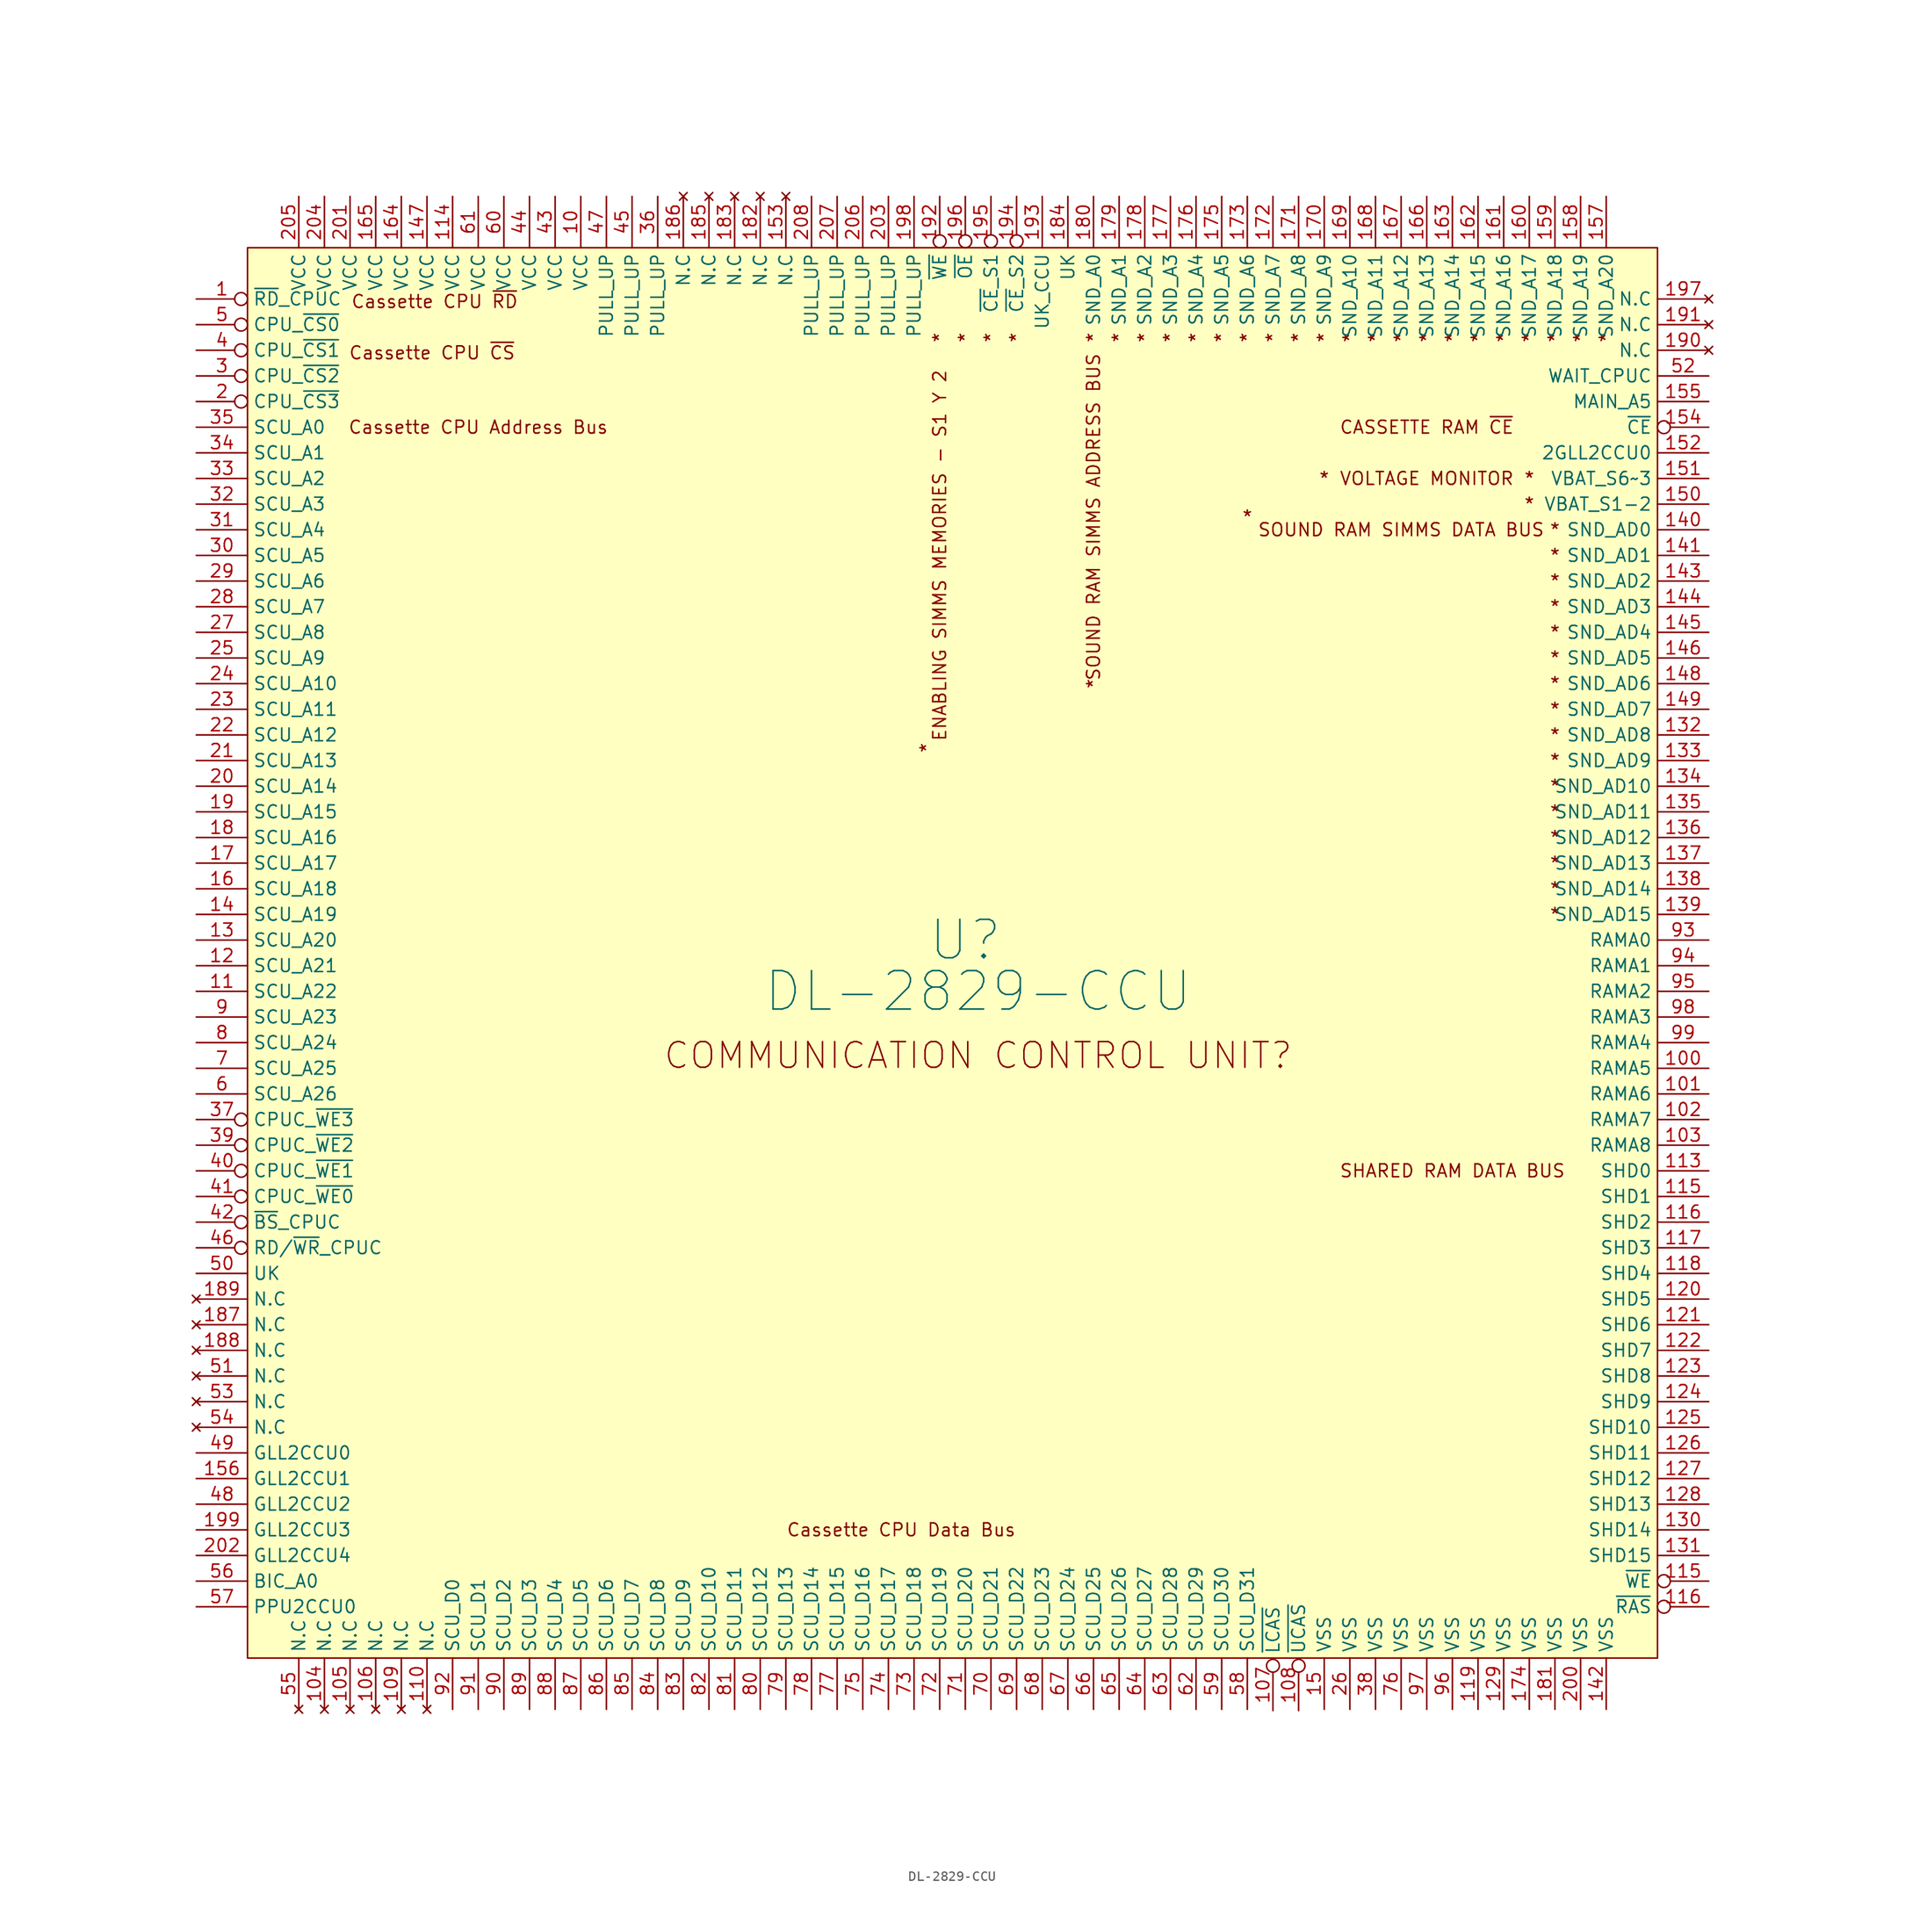
<source format=kicad_sym>
(kicad_symbol_lib
  (version 20211014)
  (generator kicad_symbol_editor)
  (symbol "DL-2829-CCU"
    (property "Reference" "U"
      (at -1.27 5.08 0)
      (effects (font (size 3.81 3.81))))
    (property "Value" "DL-2829-CCU"
      (at 0 0 0)
      (effects (font (size 3.81 3.81))))
    (symbol "DL-2829-CCU_0_0"
      (text "*" (at -5.08 24.13 900) (effects (font (size 1.27 1.27))))
      (text "*" (at -3.81 64.77 900) (effects (font (size 1.27 1.27))))
      (text "*" (at -1.27 64.77 900) (effects (font (size 1.27 1.27))))
      (text "*" (at 1.27 64.77 900) (effects (font (size 1.27 1.27))))
      (text "*" (at 3.81 64.77 900) (effects (font (size 1.27 1.27))))
      (text "*" (at 11.43 30.48 900) (effects (font (size 1.27 1.27))))
      (text "*" (at 11.43 64.77 900) (effects (font (size 1.27 1.27))))
      (text "*" (at 13.97 64.77 900) (effects (font (size 1.27 1.27))))
      (text "*" (at 16.51 64.77 900) (effects (font (size 1.27 1.27))))
      (text "*" (at 19.05 64.77 900) (effects (font (size 1.27 1.27))))
      (text "*" (at 21.59 64.77 900) (effects (font (size 1.27 1.27))))
      (text "*" (at 24.13 64.77 900) (effects (font (size 1.27 1.27))))
      (text "*" (at 26.67 46.99 0) (effects (font (size 1.27 1.27))))
      (text "*" (at 26.67 64.77 900) (effects (font (size 1.27 1.27))))
      (text "*" (at 29.21 64.77 900) (effects (font (size 1.27 1.27))))
      (text "*" (at 31.75 64.77 900) (effects (font (size 1.27 1.27))))
      (text "*" (at 34.29 50.8 0) (effects (font (size 1.27 1.27))))
      (text "*" (at 34.29 64.77 900) (effects (font (size 1.27 1.27))))
      (text "*" (at 36.83 64.77 900) (effects (font (size 1.27 1.27))))
      (text "*" (at 39.37 64.77 900) (effects (font (size 1.27 1.27))))
      (text "*" (at 41.91 64.77 900) (effects (font (size 1.27 1.27))))
      (text "*" (at 44.45 64.77 900) (effects (font (size 1.27 1.27))))
      (text "*" (at 46.99 64.77 900) (effects (font (size 1.27 1.27))))
      (text "*" (at 49.53 64.77 900) (effects (font (size 1.27 1.27))))
      (text "*" (at 52.07 64.77 900) (effects (font (size 1.27 1.27))))
      (text "*" (at 54.61 48.26 0) (effects (font (size 1.27 1.27))))
      (text "*" (at 54.61 50.8 0) (effects (font (size 1.27 1.27))))
      (text "*" (at 54.61 64.77 900) (effects (font (size 1.27 1.27))))
      (text "*" (at 57.15 7.62 0) (effects (font (size 1.27 1.27))))
      (text "*" (at 57.15 10.16 0) (effects (font (size 1.27 1.27))))
      (text "*" (at 57.15 12.7 0) (effects (font (size 1.27 1.27))))
      (text "*" (at 57.15 15.24 0) (effects (font (size 1.27 1.27))))
      (text "*" (at 57.15 17.78 0) (effects (font (size 1.27 1.27))))
      (text "*" (at 57.15 20.32 0) (effects (font (size 1.27 1.27))))
      (text "*" (at 57.15 22.86 0) (effects (font (size 1.27 1.27))))
      (text "*" (at 57.15 25.4 0) (effects (font (size 1.27 1.27))))
      (text "*" (at 57.15 27.94 0) (effects (font (size 1.27 1.27))))
      (text "*" (at 57.15 30.48 0) (effects (font (size 1.27 1.27))))
      (text "*" (at 57.15 33.02 0) (effects (font (size 1.27 1.27))))
      (text "*" (at 57.15 35.56 0) (effects (font (size 1.27 1.27))))
      (text "*" (at 57.15 38.1 0) (effects (font (size 1.27 1.27))))
      (text "*" (at 57.15 40.64 0) (effects (font (size 1.27 1.27))))
      (text "*" (at 57.15 43.18 0) (effects (font (size 1.27 1.27))))
      (text "*" (at 57.15 45.72 0) (effects (font (size 1.27 1.27))))
      (text "*" (at 57.15 64.77 900) (effects (font (size 1.27 1.27))))
      (text "*" (at 59.69 64.77 900) (effects (font (size 1.27 1.27))))
      (text "*" (at 62.23 64.77 900) (effects (font (size 1.27 1.27))))
      (text "Cassette CPU Address Bus" (at -49.53 55.88 0) (effects (font (size 1.27 1.27))))
      (text "Cassette CPU Data Bus" (at -7.62 -53.34 0) (effects (font (size 1.27 1.27))))
      (text "Cassette CPU ~{CS}" (at -54.102 63.246 0) (effects (font (size 1.27 1.27))))
      (text "Cassette CPU ~{RD}" (at -53.848 68.326 0) (effects (font (size 1.27 1.27))))
      (text "CASSETTE RAM ~{CE}" (at 44.45 55.88 0) (effects (font (size 1.27 1.27))))
      (text "COMMUNICATION CONTROL UNIT?" (at 0 -6.35 0) (effects (font (size 2.54 2.54))))
      (text "ENABLING SIMMS MEMORIES - S1 Y 2" (at -3.81 43.18 900) (effects (font (size 1.27 1.27))))
      (text "SHARED RAM DATA BUS" (at 46.99 -17.78 0) (effects (font (size 1.27 1.27))))
      (text "SOUND RAM SIMMS ADDRESS BUS" (at 11.43 46.99 900) (effects (font (size 1.27 1.27))))
      (text "SOUND RAM SIMMS DATA BUS" (at 41.91 45.72 0) (effects (font (size 1.27 1.27))))
      (text "VOLTAGE MONITOR" (at 44.45 50.8 0) (effects (font (size 1.27 1.27)))))
    (symbol "DL-2829-CCU_0_1"
      (rectangle (start -72.39 73.66) (end 67.31 -66.04) (stroke (width 0) (type default) (color 0 0 0 0)) (fill (type background))))
    (symbol "DL-2829-CCU_1_1"
      (pin input inverted (at -77.47 68.58 0) (length 5.08) (name "~{RD}_CPUC" (effects (font (size 1.27 1.27)))) (number "1" (effects (font (size 1.27 1.27)))))
      (pin power_in line (at -39.37 78.74 270) (length 5.08) (name "VCC" (effects (font (size 1.27 1.27)))) (number "10" (effects (font (size 1.27 1.27)))))
      (pin output line (at 72.39 -7.62 180) (length 5.08) (name "RAMA5" (effects (font (size 1.27 1.27)))) (number "100" (effects (font (size 1.27 1.27)))))
      (pin output line (at 72.39 -10.16 180) (length 5.08) (name "RAMA6" (effects (font (size 1.27 1.27)))) (number "101" (effects (font (size 1.27 1.27)))))
      (pin output line (at 72.39 -12.7 180) (length 5.08) (name "RAMA7" (effects (font (size 1.27 1.27)))) (number "102" (effects (font (size 1.27 1.27)))))
      (pin output line (at 72.39 -15.24 180) (length 5.08) (name "RAMA8" (effects (font (size 1.27 1.27)))) (number "103" (effects (font (size 1.27 1.27)))))
      (pin no_connect line (at -64.77 -71.12 90) (length 5.08) (name "N.C" (effects (font (size 1.27 1.27)))) (number "104" (effects (font (size 1.27 1.27)))))
      (pin no_connect line (at -62.23 -71.12 90) (length 5.08) (name "N.C" (effects (font (size 1.27 1.27)))) (number "105" (effects (font (size 1.27 1.27)))))
      (pin no_connect line (at -59.69 -71.12 90) (length 5.08) (name "N.C" (effects (font (size 1.27 1.27)))) (number "106" (effects (font (size 1.27 1.27)))))
      (pin output inverted (at 29.21 -71.247 90) (length 5.08) (name "~{LCAS}" (effects (font (size 1.27 1.27)))) (number "107" (effects (font (size 1.27 1.27)))))
      (pin output inverted (at 31.75 -71.247 90) (length 5.08) (name "~{UCAS}" (effects (font (size 1.27 1.27)))) (number "108" (effects (font (size 1.27 1.27)))))
      (pin no_connect line (at -57.15 -71.12 90) (length 5.08) (name "N.C" (effects (font (size 1.27 1.27)))) (number "109" (effects (font (size 1.27 1.27)))))
      (pin tri_state line (at -77.47 0 0) (length 5.08) (name "SCU_A22" (effects (font (size 1.27 1.27)))) (number "11" (effects (font (size 1.27 1.27)))))
      (pin no_connect line (at -54.61 -71.12 90) (length 5.08) (name "N.C" (effects (font (size 1.27 1.27)))) (number "110" (effects (font (size 1.27 1.27)))))
      (pin bidirectional line (at 72.39 -17.78 180) (length 5.08) (name "SHD0" (effects (font (size 1.27 1.27)))) (number "113" (effects (font (size 1.27 1.27)))))
      (pin power_in line (at -52.07 78.74 270) (length 5.08) (name "VCC" (effects (font (size 1.27 1.27)))) (number "114" (effects (font (size 1.27 1.27)))))
      (pin bidirectional line (at 72.39 -20.32 180) (length 5.08) (name "SHD1" (effects (font (size 1.27 1.27)))) (number "115" (effects (font (size 1.27 1.27)))))
      (pin output inverted (at 72.39 -58.42 180) (length 5.08) (name "~{WE}" (effects (font (size 1.27 1.27)))) (number "115" (effects (font (size 1.27 1.27)))))
      (pin bidirectional line (at 72.39 -22.86 180) (length 5.08) (name "SHD2" (effects (font (size 1.27 1.27)))) (number "116" (effects (font (size 1.27 1.27)))))
      (pin output inverted (at 72.39 -60.96 180) (length 5.08) (name "~{RAS}" (effects (font (size 1.27 1.27)))) (number "116" (effects (font (size 1.27 1.27)))))
      (pin bidirectional line (at 72.39 -25.4 180) (length 5.08) (name "SHD3" (effects (font (size 1.27 1.27)))) (number "117" (effects (font (size 1.27 1.27)))))
      (pin bidirectional line (at 72.39 -27.94 180) (length 5.08) (name "SHD4" (effects (font (size 1.27 1.27)))) (number "118" (effects (font (size 1.27 1.27)))))
      (pin power_in line (at 49.53 -71.12 90) (length 5.08) (name "VSS" (effects (font (size 1.27 1.27)))) (number "119" (effects (font (size 1.27 1.27)))))
      (pin tri_state line (at -77.47 2.54 0) (length 5.08) (name "SCU_A21" (effects (font (size 1.27 1.27)))) (number "12" (effects (font (size 1.27 1.27)))))
      (pin bidirectional line (at 72.39 -30.48 180) (length 5.08) (name "SHD5" (effects (font (size 1.27 1.27)))) (number "120" (effects (font (size 1.27 1.27)))))
      (pin bidirectional line (at 72.39 -33.02 180) (length 5.08) (name "SHD6" (effects (font (size 1.27 1.27)))) (number "121" (effects (font (size 1.27 1.27)))))
      (pin bidirectional line (at 72.39 -35.56 180) (length 5.08) (name "SHD7" (effects (font (size 1.27 1.27)))) (number "122" (effects (font (size 1.27 1.27)))))
      (pin bidirectional line (at 72.39 -38.1 180) (length 5.08) (name "SHD8" (effects (font (size 1.27 1.27)))) (number "123" (effects (font (size 1.27 1.27)))))
      (pin bidirectional line (at 72.39 -40.64 180) (length 5.08) (name "SHD9" (effects (font (size 1.27 1.27)))) (number "124" (effects (font (size 1.27 1.27)))))
      (pin bidirectional line (at 72.39 -43.18 180) (length 5.08) (name "SHD10" (effects (font (size 1.27 1.27)))) (number "125" (effects (font (size 1.27 1.27)))))
      (pin bidirectional line (at 72.39 -45.72 180) (length 5.08) (name "SHD11" (effects (font (size 1.27 1.27)))) (number "126" (effects (font (size 1.27 1.27)))))
      (pin bidirectional line (at 72.39 -48.26 180) (length 5.08) (name "SHD12" (effects (font (size 1.27 1.27)))) (number "127" (effects (font (size 1.27 1.27)))))
      (pin bidirectional line (at 72.39 -50.8 180) (length 5.08) (name "SHD13" (effects (font (size 1.27 1.27)))) (number "128" (effects (font (size 1.27 1.27)))))
      (pin power_in line (at 52.07 -71.12 90) (length 5.08) (name "VSS" (effects (font (size 1.27 1.27)))) (number "129" (effects (font (size 1.27 1.27)))))
      (pin tri_state line (at -77.47 5.08 0) (length 5.08) (name "SCU_A20" (effects (font (size 1.27 1.27)))) (number "13" (effects (font (size 1.27 1.27)))))
      (pin bidirectional line (at 72.39 -53.34 180) (length 5.08) (name "SHD14" (effects (font (size 1.27 1.27)))) (number "130" (effects (font (size 1.27 1.27)))))
      (pin bidirectional line (at 72.39 -55.88 180) (length 5.08) (name "SHD15" (effects (font (size 1.27 1.27)))) (number "131" (effects (font (size 1.27 1.27)))))
      (pin bidirectional line (at 72.39 25.4 180) (length 5.08) (name "SND_AD8" (effects (font (size 1.27 1.27)))) (number "132" (effects (font (size 1.27 1.27)))))
      (pin bidirectional line (at 72.39 22.86 180) (length 5.08) (name "SND_AD9" (effects (font (size 1.27 1.27)))) (number "133" (effects (font (size 1.27 1.27)))))
      (pin bidirectional line (at 72.39 20.32 180) (length 5.08) (name "SND_AD10" (effects (font (size 1.27 1.27)))) (number "134" (effects (font (size 1.27 1.27)))))
      (pin bidirectional line (at 72.39 17.78 180) (length 5.08) (name "SND_AD11" (effects (font (size 1.27 1.27)))) (number "135" (effects (font (size 1.27 1.27)))))
      (pin bidirectional line (at 72.39 15.24 180) (length 5.08) (name "SND_AD12" (effects (font (size 1.27 1.27)))) (number "136" (effects (font (size 1.27 1.27)))))
      (pin bidirectional line (at 72.39 12.7 180) (length 5.08) (name "SND_AD13" (effects (font (size 1.27 1.27)))) (number "137" (effects (font (size 1.27 1.27)))))
      (pin bidirectional line (at 72.39 10.16 180) (length 5.08) (name "SND_AD14" (effects (font (size 1.27 1.27)))) (number "138" (effects (font (size 1.27 1.27)))))
      (pin bidirectional line (at 72.39 7.62 180) (length 5.08) (name "SND_AD15" (effects (font (size 1.27 1.27)))) (number "139" (effects (font (size 1.27 1.27)))))
      (pin tri_state line (at -77.47 7.62 0) (length 5.08) (name "SCU_A19" (effects (font (size 1.27 1.27)))) (number "14" (effects (font (size 1.27 1.27)))))
      (pin bidirectional line (at 72.39 45.72 180) (length 5.08) (name "SND_AD0" (effects (font (size 1.27 1.27)))) (number "140" (effects (font (size 1.27 1.27)))))
      (pin bidirectional line (at 72.39 43.18 180) (length 5.08) (name "SND_AD1" (effects (font (size 1.27 1.27)))) (number "141" (effects (font (size 1.27 1.27)))))
      (pin power_in line (at 62.23 -71.12 90) (length 5.08) (name "VSS" (effects (font (size 1.27 1.27)))) (number "142" (effects (font (size 1.27 1.27)))))
      (pin bidirectional line (at 72.39 40.64 180) (length 5.08) (name "SND_AD2" (effects (font (size 1.27 1.27)))) (number "143" (effects (font (size 1.27 1.27)))))
      (pin bidirectional line (at 72.39 38.1 180) (length 5.08) (name "SND_AD3" (effects (font (size 1.27 1.27)))) (number "144" (effects (font (size 1.27 1.27)))))
      (pin bidirectional line (at 72.39 35.56 180) (length 5.08) (name "SND_AD4" (effects (font (size 1.27 1.27)))) (number "145" (effects (font (size 1.27 1.27)))))
      (pin bidirectional line (at 72.39 33.02 180) (length 5.08) (name "SND_AD5" (effects (font (size 1.27 1.27)))) (number "146" (effects (font (size 1.27 1.27)))))
      (pin power_in line (at -54.61 78.74 270) (length 5.08) (name "VCC" (effects (font (size 1.27 1.27)))) (number "147" (effects (font (size 1.27 1.27)))))
      (pin bidirectional line (at 72.39 30.48 180) (length 5.08) (name "SND_AD6" (effects (font (size 1.27 1.27)))) (number "148" (effects (font (size 1.27 1.27)))))
      (pin bidirectional line (at 72.39 27.94 180) (length 5.08) (name "SND_AD7" (effects (font (size 1.27 1.27)))) (number "149" (effects (font (size 1.27 1.27)))))
      (pin power_in line (at 34.29 -71.12 90) (length 5.08) (name "VSS" (effects (font (size 1.27 1.27)))) (number "15" (effects (font (size 1.27 1.27)))))
      (pin bidirectional line (at 72.39 48.26 180) (length 5.08) (name "VBAT_S1-2" (effects (font (size 1.27 1.27)))) (number "150" (effects (font (size 1.27 1.27)))))
      (pin output line (at 72.39 50.8 180) (length 5.08) (name "VBAT_S6~3" (effects (font (size 1.27 1.27)))) (number "151" (effects (font (size 1.27 1.27)))))
      (pin bidirectional line (at 72.39 53.34 180) (length 5.08) (name "2GLL2CCU0" (effects (font (size 1.27 1.27)))) (number "152" (effects (font (size 1.27 1.27)))))
      (pin no_connect line (at -19.05 78.74 270) (length 5.08) (name "N.C" (effects (font (size 1.27 1.27)))) (number "153" (effects (font (size 1.27 1.27)))))
      (pin output inverted (at 72.39 55.88 180) (length 5.08) (name "~{CE}" (effects (font (size 1.27 1.27)))) (number "154" (effects (font (size 1.27 1.27)))))
      (pin bidirectional line (at 72.39 58.42 180) (length 5.08) (name "MAIN_A5" (effects (font (size 1.27 1.27)))) (number "155" (effects (font (size 1.27 1.27)))))
      (pin bidirectional line (at -77.47 -48.26 0) (length 5.08) (name "GLL2CCU1" (effects (font (size 1.27 1.27)))) (number "156" (effects (font (size 1.27 1.27)))))
      (pin output line (at 62.23 78.74 270) (length 5.08) (name "SND_A20" (effects (font (size 1.27 1.27)))) (number "157" (effects (font (size 1.27 1.27)))))
      (pin output line (at 59.69 78.74 270) (length 5.08) (name "SND_A19" (effects (font (size 1.27 1.27)))) (number "158" (effects (font (size 1.27 1.27)))))
      (pin output line (at 57.15 78.74 270) (length 5.08) (name "SND_A18" (effects (font (size 1.27 1.27)))) (number "159" (effects (font (size 1.27 1.27)))))
      (pin tri_state line (at -77.47 10.16 0) (length 5.08) (name "SCU_A18" (effects (font (size 1.27 1.27)))) (number "16" (effects (font (size 1.27 1.27)))))
      (pin output line (at 54.61 78.74 270) (length 5.08) (name "SND_A17" (effects (font (size 1.27 1.27)))) (number "160" (effects (font (size 1.27 1.27)))))
      (pin output line (at 52.07 78.74 270) (length 5.08) (name "SND_A16" (effects (font (size 1.27 1.27)))) (number "161" (effects (font (size 1.27 1.27)))))
      (pin output line (at 49.53 78.74 270) (length 5.08) (name "SND_A15" (effects (font (size 1.27 1.27)))) (number "162" (effects (font (size 1.27 1.27)))))
      (pin output line (at 46.99 78.74 270) (length 5.08) (name "SND_A14" (effects (font (size 1.27 1.27)))) (number "163" (effects (font (size 1.27 1.27)))))
      (pin power_in line (at -57.15 78.74 270) (length 5.08) (name "VCC" (effects (font (size 1.27 1.27)))) (number "164" (effects (font (size 1.27 1.27)))))
      (pin power_in line (at -59.69 78.74 270) (length 5.08) (name "VCC" (effects (font (size 1.27 1.27)))) (number "165" (effects (font (size 1.27 1.27)))))
      (pin output line (at 44.45 78.74 270) (length 5.08) (name "SND_A13" (effects (font (size 1.27 1.27)))) (number "166" (effects (font (size 1.27 1.27)))))
      (pin output line (at 41.91 78.74 270) (length 5.08) (name "SND_A12" (effects (font (size 1.27 1.27)))) (number "167" (effects (font (size 1.27 1.27)))))
      (pin output line (at 39.37 78.74 270) (length 5.08) (name "SND_A11" (effects (font (size 1.27 1.27)))) (number "168" (effects (font (size 1.27 1.27)))))
      (pin output line (at 36.83 78.74 270) (length 5.08) (name "SND_A10" (effects (font (size 1.27 1.27)))) (number "169" (effects (font (size 1.27 1.27)))))
      (pin tri_state line (at -77.47 12.7 0) (length 5.08) (name "SCU_A17" (effects (font (size 1.27 1.27)))) (number "17" (effects (font (size 1.27 1.27)))))
      (pin output line (at 34.29 78.74 270) (length 5.08) (name "SND_A9" (effects (font (size 1.27 1.27)))) (number "170" (effects (font (size 1.27 1.27)))))
      (pin output line (at 31.75 78.74 270) (length 5.08) (name "SND_A8" (effects (font (size 1.27 1.27)))) (number "171" (effects (font (size 1.27 1.27)))))
      (pin output line (at 29.21 78.74 270) (length 5.08) (name "SND_A7" (effects (font (size 1.27 1.27)))) (number "172" (effects (font (size 1.27 1.27)))))
      (pin output line (at 26.67 78.74 270) (length 5.08) (name "SND_A6" (effects (font (size 1.27 1.27)))) (number "173" (effects (font (size 1.27 1.27)))))
      (pin power_in line (at 54.61 -71.12 90) (length 5.08) (name "VSS" (effects (font (size 1.27 1.27)))) (number "174" (effects (font (size 1.27 1.27)))))
      (pin output line (at 24.13 78.74 270) (length 5.08) (name "SND_A5" (effects (font (size 1.27 1.27)))) (number "175" (effects (font (size 1.27 1.27)))))
      (pin output line (at 21.59 78.74 270) (length 5.08) (name "SND_A4" (effects (font (size 1.27 1.27)))) (number "176" (effects (font (size 1.27 1.27)))))
      (pin output line (at 19.05 78.74 270) (length 5.08) (name "SND_A3" (effects (font (size 1.27 1.27)))) (number "177" (effects (font (size 1.27 1.27)))))
      (pin output line (at 16.51 78.74 270) (length 5.08) (name "SND_A2" (effects (font (size 1.27 1.27)))) (number "178" (effects (font (size 1.27 1.27)))))
      (pin output line (at 13.97 78.74 270) (length 5.08) (name "SND_A1" (effects (font (size 1.27 1.27)))) (number "179" (effects (font (size 1.27 1.27)))))
      (pin tri_state line (at -77.47 15.24 0) (length 5.08) (name "SCU_A16" (effects (font (size 1.27 1.27)))) (number "18" (effects (font (size 1.27 1.27)))))
      (pin output line (at 11.43 78.74 270) (length 5.08) (name "SND_A0" (effects (font (size 1.27 1.27)))) (number "180" (effects (font (size 1.27 1.27)))))
      (pin power_in line (at 57.15 -71.12 90) (length 5.08) (name "VSS" (effects (font (size 1.27 1.27)))) (number "181" (effects (font (size 1.27 1.27)))))
      (pin no_connect line (at -21.59 78.74 270) (length 5.08) (name "N.C" (effects (font (size 1.27 1.27)))) (number "182" (effects (font (size 1.27 1.27)))))
      (pin no_connect line (at -24.13 78.74 270) (length 5.08) (name "N.C" (effects (font (size 1.27 1.27)))) (number "183" (effects (font (size 1.27 1.27)))))
      (pin bidirectional line (at 8.89 78.74 270) (length 5.08) (name "UK" (effects (font (size 1.27 1.27)))) (number "184" (effects (font (size 1.27 1.27)))))
      (pin no_connect line (at -26.67 78.74 270) (length 5.08) (name "N.C" (effects (font (size 1.27 1.27)))) (number "185" (effects (font (size 1.27 1.27)))))
      (pin no_connect line (at -29.21 78.74 270) (length 5.08) (name "N.C" (effects (font (size 1.27 1.27)))) (number "186" (effects (font (size 1.27 1.27)))))
      (pin no_connect line (at -77.47 -33.02 0) (length 5.08) (name "N.C" (effects (font (size 1.27 1.27)))) (number "187" (effects (font (size 1.27 1.27)))))
      (pin no_connect line (at -77.47 -35.56 0) (length 5.08) (name "N.C" (effects (font (size 1.27 1.27)))) (number "188" (effects (font (size 1.27 1.27)))))
      (pin no_connect line (at -77.47 -30.48 0) (length 5.08) (name "N.C" (effects (font (size 1.27 1.27)))) (number "189" (effects (font (size 1.27 1.27)))))
      (pin tri_state line (at -77.47 17.78 0) (length 5.08) (name "SCU_A15" (effects (font (size 1.27 1.27)))) (number "19" (effects (font (size 1.27 1.27)))))
      (pin no_connect line (at 72.39 63.5 180) (length 5.08) (name "N.C" (effects (font (size 1.27 1.27)))) (number "190" (effects (font (size 1.27 1.27)))))
      (pin no_connect line (at 72.39 66.04 180) (length 5.08) (name "N.C" (effects (font (size 1.27 1.27)))) (number "191" (effects (font (size 1.27 1.27)))))
      (pin output inverted (at -3.81 78.74 270) (length 5.08) (name "~{WE}" (effects (font (size 1.27 1.27)))) (number "192" (effects (font (size 1.27 1.27)))))
      (pin output line (at 6.35 78.74 270) (length 5.08) (name "UK_CCU" (effects (font (size 1.27 1.27)))) (number "193" (effects (font (size 1.27 1.27)))))
      (pin output inverted (at 3.81 78.74 270) (length 5.08) (name "~{CE}_S2" (effects (font (size 1.27 1.27)))) (number "194" (effects (font (size 1.27 1.27)))))
      (pin output inverted (at 1.27 78.74 270) (length 5.08) (name "~{CE}_S1" (effects (font (size 1.27 1.27)))) (number "195" (effects (font (size 1.27 1.27)))))
      (pin output inverted (at -1.27 78.74 270) (length 5.08) (name "~{OE}" (effects (font (size 1.27 1.27)))) (number "196" (effects (font (size 1.27 1.27)))))
      (pin no_connect line (at 72.39 68.58 180) (length 5.08) (name "N.C" (effects (font (size 1.27 1.27)))) (number "197" (effects (font (size 1.27 1.27)))))
      (pin input line (at -6.35 78.74 270) (length 5.08) (name "PULL_UP" (effects (font (size 1.27 1.27)))) (number "198" (effects (font (size 1.27 1.27)))))
      (pin bidirectional line (at -77.47 -53.34 0) (length 5.08) (name "GLL2CCU3" (effects (font (size 1.27 1.27)))) (number "199" (effects (font (size 1.27 1.27)))))
      (pin input inverted (at -77.47 58.42 0) (length 5.08) (name "CPU_~{CS3}" (effects (font (size 1.27 1.27)))) (number "2" (effects (font (size 1.27 1.27)))))
      (pin tri_state line (at -77.47 20.32 0) (length 5.08) (name "SCU_A14" (effects (font (size 1.27 1.27)))) (number "20" (effects (font (size 1.27 1.27)))))
      (pin power_in line (at 59.69 -71.12 90) (length 5.08) (name "VSS" (effects (font (size 1.27 1.27)))) (number "200" (effects (font (size 1.27 1.27)))))
      (pin power_in line (at -62.23 78.74 270) (length 5.08) (name "VCC" (effects (font (size 1.27 1.27)))) (number "201" (effects (font (size 1.27 1.27)))))
      (pin bidirectional line (at -77.47 -55.88 0) (length 5.08) (name "GLL2CCU4" (effects (font (size 1.27 1.27)))) (number "202" (effects (font (size 1.27 1.27)))))
      (pin input line (at -8.89 78.74 270) (length 5.08) (name "PULL_UP" (effects (font (size 1.27 1.27)))) (number "203" (effects (font (size 1.27 1.27)))))
      (pin power_in line (at -64.77 78.74 270) (length 5.08) (name "VCC" (effects (font (size 1.27 1.27)))) (number "204" (effects (font (size 1.27 1.27)))))
      (pin power_in line (at -67.31 78.74 270) (length 5.08) (name "VCC" (effects (font (size 1.27 1.27)))) (number "205" (effects (font (size 1.27 1.27)))))
      (pin input line (at -11.43 78.74 270) (length 5.08) (name "PULL_UP" (effects (font (size 1.27 1.27)))) (number "206" (effects (font (size 1.27 1.27)))))
      (pin input line (at -13.97 78.74 270) (length 5.08) (name "PULL_UP" (effects (font (size 1.27 1.27)))) (number "207" (effects (font (size 1.27 1.27)))))
      (pin input line (at -16.51 78.74 270) (length 5.08) (name "PULL_UP" (effects (font (size 1.27 1.27)))) (number "208" (effects (font (size 1.27 1.27)))))
      (pin tri_state line (at -77.47 22.86 0) (length 5.08) (name "SCU_A13" (effects (font (size 1.27 1.27)))) (number "21" (effects (font (size 1.27 1.27)))))
      (pin tri_state line (at -77.47 25.4 0) (length 5.08) (name "SCU_A12" (effects (font (size 1.27 1.27)))) (number "22" (effects (font (size 1.27 1.27)))))
      (pin tri_state line (at -77.47 27.94 0) (length 5.08) (name "SCU_A11" (effects (font (size 1.27 1.27)))) (number "23" (effects (font (size 1.27 1.27)))))
      (pin tri_state line (at -77.47 30.48 0) (length 5.08) (name "SCU_A10" (effects (font (size 1.27 1.27)))) (number "24" (effects (font (size 1.27 1.27)))))
      (pin tri_state line (at -77.47 33.02 0) (length 5.08) (name "SCU_A9" (effects (font (size 1.27 1.27)))) (number "25" (effects (font (size 1.27 1.27)))))
      (pin power_in line (at 36.83 -71.12 90) (length 5.08) (name "VSS" (effects (font (size 1.27 1.27)))) (number "26" (effects (font (size 1.27 1.27)))))
      (pin tri_state line (at -77.47 35.56 0) (length 5.08) (name "SCU_A8" (effects (font (size 1.27 1.27)))) (number "27" (effects (font (size 1.27 1.27)))))
      (pin tri_state line (at -77.47 38.1 0) (length 5.08) (name "SCU_A7" (effects (font (size 1.27 1.27)))) (number "28" (effects (font (size 1.27 1.27)))))
      (pin tri_state line (at -77.47 40.64 0) (length 5.08) (name "SCU_A6" (effects (font (size 1.27 1.27)))) (number "29" (effects (font (size 1.27 1.27)))))
      (pin input inverted (at -77.47 60.96 0) (length 5.08) (name "CPU_~{CS2}" (effects (font (size 1.27 1.27)))) (number "3" (effects (font (size 1.27 1.27)))))
      (pin tri_state line (at -77.47 43.18 0) (length 5.08) (name "SCU_A5" (effects (font (size 1.27 1.27)))) (number "30" (effects (font (size 1.27 1.27)))))
      (pin tri_state line (at -77.47 45.72 0) (length 5.08) (name "SCU_A4" (effects (font (size 1.27 1.27)))) (number "31" (effects (font (size 1.27 1.27)))))
      (pin tri_state line (at -77.47 48.26 0) (length 5.08) (name "SCU_A3" (effects (font (size 1.27 1.27)))) (number "32" (effects (font (size 1.27 1.27)))))
      (pin tri_state line (at -77.47 50.8 0) (length 5.08) (name "SCU_A2" (effects (font (size 1.27 1.27)))) (number "33" (effects (font (size 1.27 1.27)))))
      (pin tri_state line (at -77.47 53.34 0) (length 5.08) (name "SCU_A1" (effects (font (size 1.27 1.27)))) (number "34" (effects (font (size 1.27 1.27)))))
      (pin tri_state line (at -77.47 55.88 0) (length 5.08) (name "SCU_A0" (effects (font (size 1.27 1.27)))) (number "35" (effects (font (size 1.27 1.27)))))
      (pin input line (at -31.75 78.74 270) (length 5.08) (name "PULL_UP" (effects (font (size 1.27 1.27)))) (number "36" (effects (font (size 1.27 1.27)))))
      (pin input inverted (at -77.47 -12.7 0) (length 5.08) (name "CPUC_~{WE3}" (effects (font (size 1.27 1.27)))) (number "37" (effects (font (size 1.27 1.27)))))
      (pin power_in line (at 39.37 -71.12 90) (length 5.08) (name "VSS" (effects (font (size 1.27 1.27)))) (number "38" (effects (font (size 1.27 1.27)))))
      (pin input inverted (at -77.47 -15.24 0) (length 5.08) (name "CPUC_~{WE2}" (effects (font (size 1.27 1.27)))) (number "39" (effects (font (size 1.27 1.27)))))
      (pin input inverted (at -77.47 63.5 0) (length 5.08) (name "CPU_~{CS1}" (effects (font (size 1.27 1.27)))) (number "4" (effects (font (size 1.27 1.27)))))
      (pin input inverted (at -77.47 -17.78 0) (length 5.08) (name "CPUC_~{WE1}" (effects (font (size 1.27 1.27)))) (number "40" (effects (font (size 1.27 1.27)))))
      (pin input inverted (at -77.47 -20.32 0) (length 5.08) (name "CPUC_~{WE0}" (effects (font (size 1.27 1.27)))) (number "41" (effects (font (size 1.27 1.27)))))
      (pin input inverted (at -77.47 -22.86 0) (length 5.08) (name "~{BS}_CPUC" (effects (font (size 1.27 1.27)))) (number "42" (effects (font (size 1.27 1.27)))))
      (pin power_in line (at -41.91 78.74 270) (length 5.08) (name "VCC" (effects (font (size 1.27 1.27)))) (number "43" (effects (font (size 1.27 1.27)))))
      (pin power_in line (at -44.45 78.74 270) (length 5.08) (name "VCC" (effects (font (size 1.27 1.27)))) (number "44" (effects (font (size 1.27 1.27)))))
      (pin input line (at -34.29 78.74 270) (length 5.08) (name "PULL_UP" (effects (font (size 1.27 1.27)))) (number "45" (effects (font (size 1.27 1.27)))))
      (pin input inverted (at -77.47 -25.4 0) (length 5.08) (name "RD/~{WR}_CPUC" (effects (font (size 1.27 1.27)))) (number "46" (effects (font (size 1.27 1.27)))))
      (pin input line (at -36.83 78.74 270) (length 5.08) (name "PULL_UP" (effects (font (size 1.27 1.27)))) (number "47" (effects (font (size 1.27 1.27)))))
      (pin bidirectional line (at -77.47 -50.8 0) (length 5.08) (name "GLL2CCU2" (effects (font (size 1.27 1.27)))) (number "48" (effects (font (size 1.27 1.27)))))
      (pin bidirectional line (at -77.47 -45.72 0) (length 5.08) (name "GLL2CCU0" (effects (font (size 1.27 1.27)))) (number "49" (effects (font (size 1.27 1.27)))))
      (pin input inverted (at -77.47 66.04 0) (length 5.08) (name "CPU_~{CS0}" (effects (font (size 1.27 1.27)))) (number "5" (effects (font (size 1.27 1.27)))))
      (pin bidirectional line (at -77.47 -27.94 0) (length 5.08) (name "UK" (effects (font (size 1.27 1.27)))) (number "50" (effects (font (size 1.27 1.27)))))
      (pin no_connect line (at -77.47 -38.1 0) (length 5.08) (name "N.C" (effects (font (size 1.27 1.27)))) (number "51" (effects (font (size 1.27 1.27)))))
      (pin output line (at 72.39 60.96 180) (length 5.08) (name "WAIT_CPUC" (effects (font (size 1.27 1.27)))) (number "52" (effects (font (size 1.27 1.27)))))
      (pin no_connect line (at -77.47 -40.64 0) (length 5.08) (name "N.C" (effects (font (size 1.27 1.27)))) (number "53" (effects (font (size 1.27 1.27)))))
      (pin no_connect line (at -77.47 -43.18 0) (length 5.08) (name "N.C" (effects (font (size 1.27 1.27)))) (number "54" (effects (font (size 1.27 1.27)))))
      (pin no_connect line (at -67.31 -71.12 90) (length 5.08) (name "N.C" (effects (font (size 1.27 1.27)))) (number "55" (effects (font (size 1.27 1.27)))))
      (pin bidirectional line (at -77.47 -58.42 0) (length 5.08) (name "BIC_A0" (effects (font (size 1.27 1.27)))) (number "56" (effects (font (size 1.27 1.27)))))
      (pin bidirectional line (at -77.47 -60.96 0) (length 5.08) (name "PPU2CCU0" (effects (font (size 1.27 1.27)))) (number "57" (effects (font (size 1.27 1.27)))))
      (pin bidirectional line (at 26.67 -71.12 90) (length 5.08) (name "SCU_D31" (effects (font (size 1.27 1.27)))) (number "58" (effects (font (size 1.27 1.27)))))
      (pin bidirectional line (at 24.13 -71.12 90) (length 5.08) (name "SCU_D30" (effects (font (size 1.27 1.27)))) (number "59" (effects (font (size 1.27 1.27)))))
      (pin tri_state line (at -77.47 -10.16 0) (length 5.08) (name "SCU_A26" (effects (font (size 1.27 1.27)))) (number "6" (effects (font (size 1.27 1.27)))))
      (pin power_in line (at -46.99 78.74 270) (length 5.08) (name "VCC" (effects (font (size 1.27 1.27)))) (number "60" (effects (font (size 1.27 1.27)))))
      (pin power_in line (at -49.53 78.74 270) (length 5.08) (name "VCC" (effects (font (size 1.27 1.27)))) (number "61" (effects (font (size 1.27 1.27)))))
      (pin bidirectional line (at 21.59 -71.12 90) (length 5.08) (name "SCU_D29" (effects (font (size 1.27 1.27)))) (number "62" (effects (font (size 1.27 1.27)))))
      (pin bidirectional line (at 19.05 -71.12 90) (length 5.08) (name "SCU_D28" (effects (font (size 1.27 1.27)))) (number "63" (effects (font (size 1.27 1.27)))))
      (pin bidirectional line (at 16.51 -71.12 90) (length 5.08) (name "SCU_D27" (effects (font (size 1.27 1.27)))) (number "64" (effects (font (size 1.27 1.27)))))
      (pin bidirectional line (at 13.97 -71.12 90) (length 5.08) (name "SCU_D26" (effects (font (size 1.27 1.27)))) (number "65" (effects (font (size 1.27 1.27)))))
      (pin bidirectional line (at 11.43 -71.12 90) (length 5.08) (name "SCU_D25" (effects (font (size 1.27 1.27)))) (number "66" (effects (font (size 1.27 1.27)))))
      (pin bidirectional line (at 8.89 -71.12 90) (length 5.08) (name "SCU_D24" (effects (font (size 1.27 1.27)))) (number "67" (effects (font (size 1.27 1.27)))))
      (pin bidirectional line (at 6.35 -71.12 90) (length 5.08) (name "SCU_D23" (effects (font (size 1.27 1.27)))) (number "68" (effects (font (size 1.27 1.27)))))
      (pin bidirectional line (at 3.81 -71.12 90) (length 5.08) (name "SCU_D22" (effects (font (size 1.27 1.27)))) (number "69" (effects (font (size 1.27 1.27)))))
      (pin tri_state line (at -77.47 -7.62 0) (length 5.08) (name "SCU_A25" (effects (font (size 1.27 1.27)))) (number "7" (effects (font (size 1.27 1.27)))))
      (pin bidirectional line (at 1.27 -71.12 90) (length 5.08) (name "SCU_D21" (effects (font (size 1.27 1.27)))) (number "70" (effects (font (size 1.27 1.27)))))
      (pin bidirectional line (at -1.27 -71.12 90) (length 5.08) (name "SCU_D20" (effects (font (size 1.27 1.27)))) (number "71" (effects (font (size 1.27 1.27)))))
      (pin bidirectional line (at -3.81 -71.12 90) (length 5.08) (name "SCU_D19" (effects (font (size 1.27 1.27)))) (number "72" (effects (font (size 1.27 1.27)))))
      (pin bidirectional line (at -6.35 -71.12 90) (length 5.08) (name "SCU_D18" (effects (font (size 1.27 1.27)))) (number "73" (effects (font (size 1.27 1.27)))))
      (pin bidirectional line (at -8.89 -71.12 90) (length 5.08) (name "SCU_D17" (effects (font (size 1.27 1.27)))) (number "74" (effects (font (size 1.27 1.27)))))
      (pin bidirectional line (at -11.43 -71.12 90) (length 5.08) (name "SCU_D16" (effects (font (size 1.27 1.27)))) (number "75" (effects (font (size 1.27 1.27)))))
      (pin power_in line (at 41.91 -71.12 90) (length 5.08) (name "VSS" (effects (font (size 1.27 1.27)))) (number "76" (effects (font (size 1.27 1.27)))))
      (pin bidirectional line (at -13.97 -71.12 90) (length 5.08) (name "SCU_D15" (effects (font (size 1.27 1.27)))) (number "77" (effects (font (size 1.27 1.27)))))
      (pin bidirectional line (at -16.51 -71.12 90) (length 5.08) (name "SCU_D14" (effects (font (size 1.27 1.27)))) (number "78" (effects (font (size 1.27 1.27)))))
      (pin bidirectional line (at -19.05 -71.12 90) (length 5.08) (name "SCU_D13" (effects (font (size 1.27 1.27)))) (number "79" (effects (font (size 1.27 1.27)))))
      (pin tri_state line (at -77.47 -5.08 0) (length 5.08) (name "SCU_A24" (effects (font (size 1.27 1.27)))) (number "8" (effects (font (size 1.27 1.27)))))
      (pin bidirectional line (at -21.59 -71.12 90) (length 5.08) (name "SCU_D12" (effects (font (size 1.27 1.27)))) (number "80" (effects (font (size 1.27 1.27)))))
      (pin bidirectional line (at -24.13 -71.12 90) (length 5.08) (name "SCU_D11" (effects (font (size 1.27 1.27)))) (number "81" (effects (font (size 1.27 1.27)))))
      (pin bidirectional line (at -26.67 -71.12 90) (length 5.08) (name "SCU_D10" (effects (font (size 1.27 1.27)))) (number "82" (effects (font (size 1.27 1.27)))))
      (pin bidirectional line (at -29.21 -71.12 90) (length 5.08) (name "SCU_D9" (effects (font (size 1.27 1.27)))) (number "83" (effects (font (size 1.27 1.27)))))
      (pin bidirectional line (at -31.75 -71.12 90) (length 5.08) (name "SCU_D8" (effects (font (size 1.27 1.27)))) (number "84" (effects (font (size 1.27 1.27)))))
      (pin bidirectional line (at -34.29 -71.12 90) (length 5.08) (name "SCU_D7" (effects (font (size 1.27 1.27)))) (number "85" (effects (font (size 1.27 1.27)))))
      (pin bidirectional line (at -36.83 -71.12 90) (length 5.08) (name "SCU_D6" (effects (font (size 1.27 1.27)))) (number "86" (effects (font (size 1.27 1.27)))))
      (pin bidirectional line (at -39.37 -71.12 90) (length 5.08) (name "SCU_D5" (effects (font (size 1.27 1.27)))) (number "87" (effects (font (size 1.27 1.27)))))
      (pin bidirectional line (at -41.91 -71.12 90) (length 5.08) (name "SCU_D4" (effects (font (size 1.27 1.27)))) (number "88" (effects (font (size 1.27 1.27)))))
      (pin bidirectional line (at -44.45 -71.12 90) (length 5.08) (name "SCU_D3" (effects (font (size 1.27 1.27)))) (number "89" (effects (font (size 1.27 1.27)))))
      (pin tri_state line (at -77.47 -2.54 0) (length 5.08) (name "SCU_A23" (effects (font (size 1.27 1.27)))) (number "9" (effects (font (size 1.27 1.27)))))
      (pin bidirectional line (at -46.99 -71.12 90) (length 5.08) (name "SCU_D2" (effects (font (size 1.27 1.27)))) (number "90" (effects (font (size 1.27 1.27)))))
      (pin bidirectional line (at -49.53 -71.12 90) (length 5.08) (name "SCU_D1" (effects (font (size 1.27 1.27)))) (number "91" (effects (font (size 1.27 1.27)))))
      (pin bidirectional line (at -52.07 -71.12 90) (length 5.08) (name "SCU_D0" (effects (font (size 1.27 1.27)))) (number "92" (effects (font (size 1.27 1.27)))))
      (pin output line (at 72.39 5.08 180) (length 5.08) (name "RAMA0" (effects (font (size 1.27 1.27)))) (number "93" (effects (font (size 1.27 1.27)))))
      (pin output line (at 72.39 2.54 180) (length 5.08) (name "RAMA1" (effects (font (size 1.27 1.27)))) (number "94" (effects (font (size 1.27 1.27)))))
      (pin output line (at 72.39 0 180) (length 5.08) (name "RAMA2" (effects (font (size 1.27 1.27)))) (number "95" (effects (font (size 1.27 1.27)))))
      (pin power_in line (at 46.99 -71.12 90) (length 5.08) (name "VSS" (effects (font (size 1.27 1.27)))) (number "96" (effects (font (size 1.27 1.27)))))
      (pin power_in line (at 44.45 -71.12 90) (length 5.08) (name "VSS" (effects (font (size 1.27 1.27)))) (number "97" (effects (font (size 1.27 1.27)))))
      (pin output line (at 72.39 -2.54 180) (length 5.08) (name "RAMA3" (effects (font (size 1.27 1.27)))) (number "98" (effects (font (size 1.27 1.27)))))
      (pin output line (at 72.39 -5.08 180) (length 5.08) (name "RAMA4" (effects (font (size 1.27 1.27)))) (number "99" (effects (font (size 1.27 1.27))))))))
</source>
